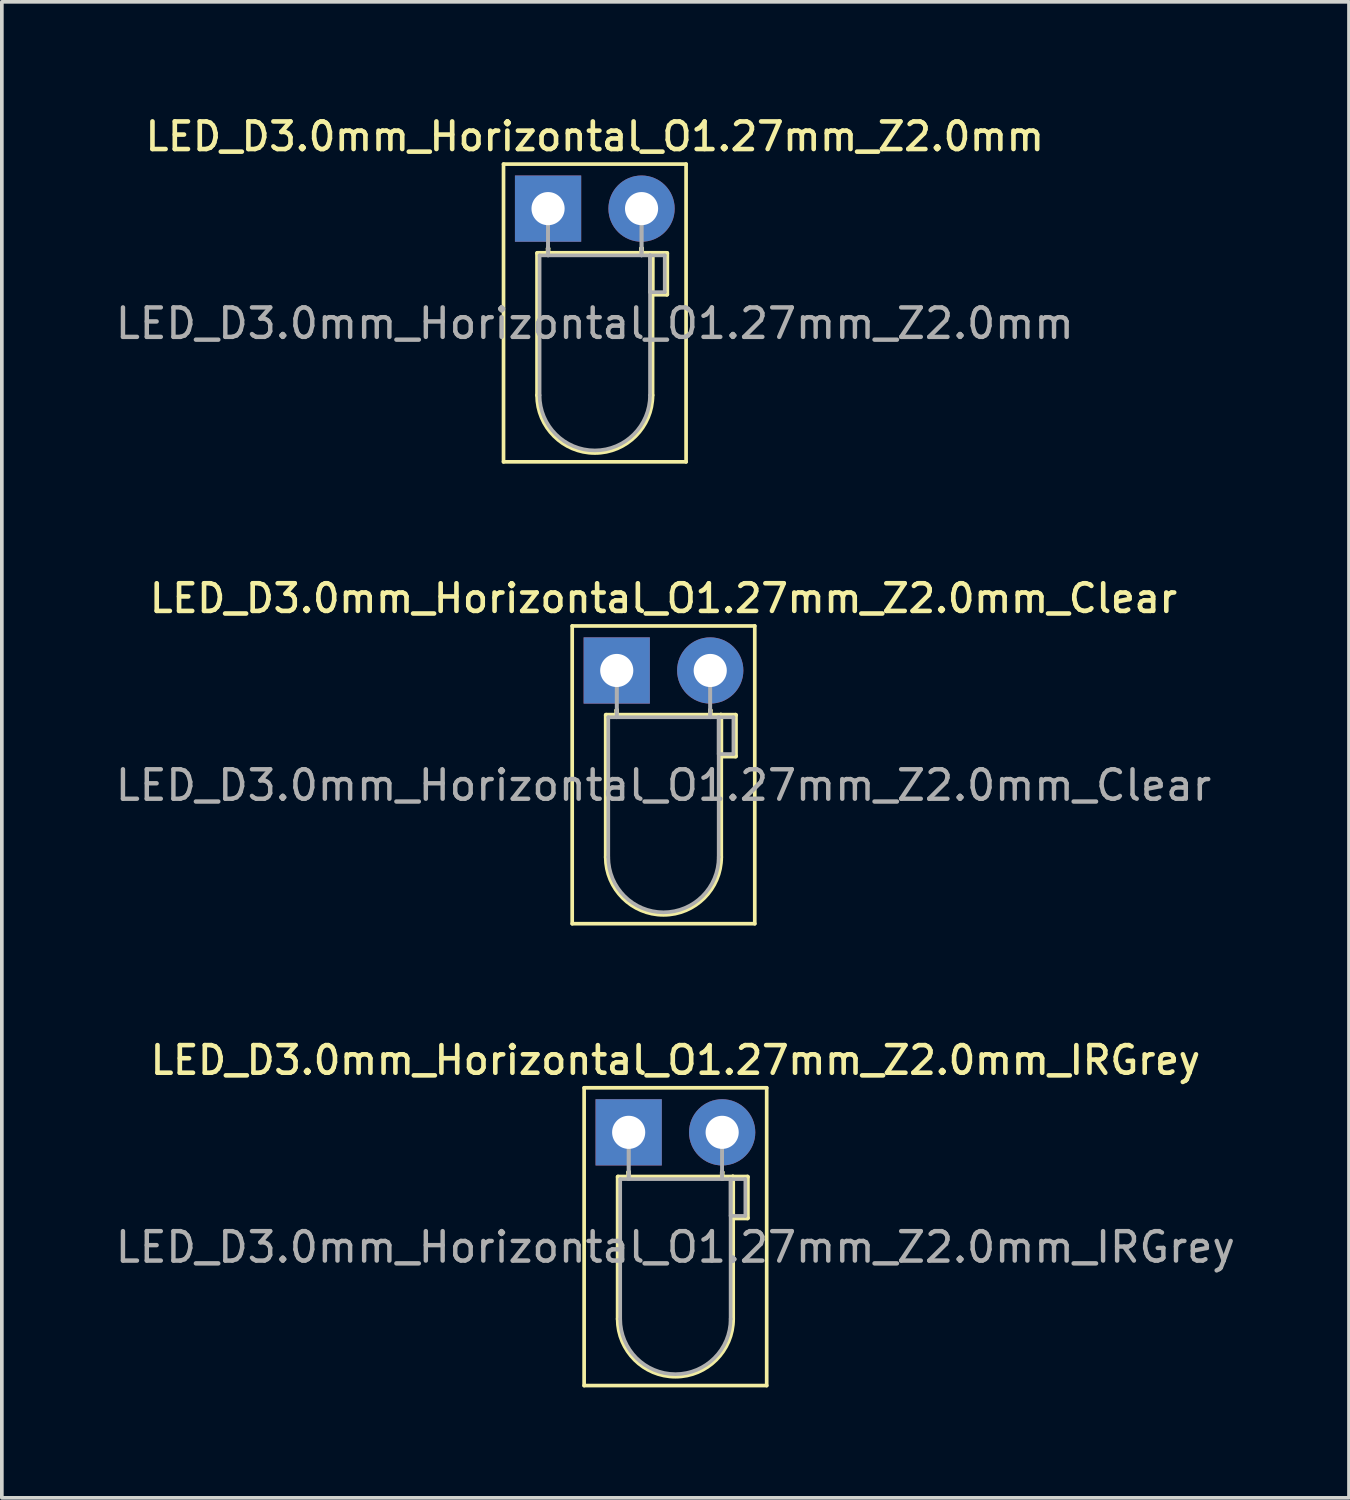
<source format=kicad_pcb>
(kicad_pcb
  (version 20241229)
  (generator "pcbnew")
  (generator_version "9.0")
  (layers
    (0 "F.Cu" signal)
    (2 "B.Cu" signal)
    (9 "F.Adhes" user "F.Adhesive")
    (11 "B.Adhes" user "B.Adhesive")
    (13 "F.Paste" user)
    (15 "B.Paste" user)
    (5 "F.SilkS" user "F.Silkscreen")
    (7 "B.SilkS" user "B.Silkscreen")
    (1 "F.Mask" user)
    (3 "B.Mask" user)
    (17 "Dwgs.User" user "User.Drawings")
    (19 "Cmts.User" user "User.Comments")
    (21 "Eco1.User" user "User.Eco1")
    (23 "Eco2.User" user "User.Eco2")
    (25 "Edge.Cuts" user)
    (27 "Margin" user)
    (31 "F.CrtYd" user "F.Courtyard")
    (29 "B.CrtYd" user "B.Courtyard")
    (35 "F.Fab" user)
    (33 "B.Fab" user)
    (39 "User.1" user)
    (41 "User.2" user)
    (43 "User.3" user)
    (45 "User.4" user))
  (footprint "LED_D3.0mm_Horizontal_O1.27mm_Z2.0mm_IRGrey"
    (layer "F.Cu")
    (at 14.03 27.714)
    (property "Reference" "LED_D3.0mm_Horizontal_O1.27mm_Z2.0mm_IRGrey" (at 1.27 -1.96 0) (layer "F.SilkS") (effects (font (size 0.75 0.75) (thickness 0.125))))
    (attr through_hole)
    (fp_line (start -1.21 -1.21) (end -1.21 6.88) (stroke (width 0.1) (type solid)) (layer "F.SilkS"))
    (fp_line (start -1.21 6.88) (end 3.75 6.88) (stroke (width 0.1) (type solid)) (layer "F.SilkS"))
    (fp_line (start -0.29 1.21) (end -0.29 5.07) (stroke (width 0.12) (type solid)) (layer "F.SilkS"))
    (fp_line (start -0.29 1.21) (end 2.83 1.21) (stroke (width 0.12) (type solid)) (layer "F.SilkS"))
    (fp_line (start 0 1.08) (end 0 1.08) (stroke (width 0.12) (type solid)) (layer "F.SilkS"))
    (fp_line (start 0 1.08) (end 0 1.21) (stroke (width 0.12) (type solid)) (layer "F.SilkS"))
    (fp_line (start 0 1.21) (end 0 1.08) (stroke (width 0.12) (type solid)) (layer "F.SilkS"))
    (fp_line (start 0 1.21) (end 0 1.21) (stroke (width 0.12) (type solid)) (layer "F.SilkS"))
    (fp_line (start 2.54 1.08) (end 2.54 1.08) (stroke (width 0.12) (type solid)) (layer "F.SilkS"))
    (fp_line (start 2.54 1.08) (end 2.54 1.21) (stroke (width 0.12) (type solid)) (layer "F.SilkS"))
    (fp_line (start 2.54 1.21) (end 2.54 1.08) (stroke (width 0.12) (type solid)) (layer "F.SilkS"))
    (fp_line (start 2.54 1.21) (end 2.54 1.21) (stroke (width 0.12) (type solid)) (layer "F.SilkS"))
    (fp_line (start 2.83 1.21) (end 2.83 5.07) (stroke (width 0.12) (type solid)) (layer "F.SilkS"))
    (fp_line (start 2.83 1.21) (end 3.23 1.21) (stroke (width 0.12) (type solid)) (layer "F.SilkS"))
    (fp_line (start 2.83 2.33) (end 2.83 1.21) (stroke (width 0.12) (type solid)) (layer "F.SilkS"))
    (fp_line (start 3.23 1.21) (end 3.23 2.33) (stroke (width 0.12) (type solid)) (layer "F.SilkS"))
    (fp_line (start 3.23 2.33) (end 2.83 2.33) (stroke (width 0.12) (type solid)) (layer "F.SilkS"))
    (fp_line (start 3.75 -1.21) (end -1.21 -1.21) (stroke (width 0.1) (type solid)) (layer "F.SilkS"))
    (fp_line (start 3.75 6.88) (end 3.75 -1.21) (stroke (width 0.1) (type solid)) (layer "F.SilkS"))
    (fp_arc (start 2.83 5.07) (mid 1.27 6.63) (end -0.29 5.07) (stroke (width 0.12) (type solid)) (layer "F.SilkS"))
    (fp_line (start -0.23 1.27) (end -0.23 5.07) (stroke (width 0.1) (type solid)) (layer "F.Fab"))
    (fp_line (start -0.23 1.27) (end 2.77 1.27) (stroke (width 0.1) (type solid)) (layer "F.Fab"))
    (fp_line (start 0 0) (end 0 0) (stroke (width 0.1) (type solid)) (layer "F.Fab"))
    (fp_line (start 0 0) (end 0 1.27) (stroke (width 0.1) (type solid)) (layer "F.Fab"))
    (fp_line (start 0 1.27) (end 0 0) (stroke (width 0.1) (type solid)) (layer "F.Fab"))
    (fp_line (start 0 1.27) (end 0 1.27) (stroke (width 0.1) (type solid)) (layer "F.Fab"))
    (fp_line (start 2.54 0) (end 2.54 0) (stroke (width 0.1) (type solid)) (layer "F.Fab"))
    (fp_line (start 2.54 0) (end 2.54 1.27) (stroke (width 0.1) (type solid)) (layer "F.Fab"))
    (fp_line (start 2.54 1.27) (end 2.54 0) (stroke (width 0.1) (type solid)) (layer "F.Fab"))
    (fp_line (start 2.54 1.27) (end 2.54 1.27) (stroke (width 0.1) (type solid)) (layer "F.Fab"))
    (fp_line (start 2.77 1.27) (end 2.77 5.07) (stroke (width 0.1) (type solid)) (layer "F.Fab"))
    (fp_line (start 2.77 1.27) (end 3.17 1.27) (stroke (width 0.1) (type solid)) (layer "F.Fab"))
    (fp_line (start 2.77 2.27) (end 2.77 1.27) (stroke (width 0.1) (type solid)) (layer "F.Fab"))
    (fp_line (start 3.17 1.27) (end 3.17 2.27) (stroke (width 0.1) (type solid)) (layer "F.Fab"))
    (fp_line (start 3.17 2.27) (end 2.77 2.27) (stroke (width 0.1) (type solid)) (layer "F.Fab"))
    (fp_arc (start 2.77 5.07) (mid 1.27 6.57) (end -0.23 5.07) (stroke (width 0.1) (type solid)) (layer "F.Fab"))
    (fp_text user "${REFERENCE}" (at 1.27 3.12 0) (layer "F.Fab") (effects (font (size 0.8 0.8) (thickness 0.12))))
    (pad "1" thru_hole rect (at 0 0) (size 1.8 1.8) (drill 0.9) (layers "*.Cu" "*.Mask"))
    (pad "2" thru_hole circle (at 2.54 0) (size 1.8 1.8) (drill 0.9) (layers "*.Cu" "*.Mask")))
  (footprint "LED_D3.0mm_Horizontal_O1.27mm_Z2.0mm"
    (layer "F.Cu")
    (at 11.84 2.618)
    (property "Reference" "LED_D3.0mm_Horizontal_O1.27mm_Z2.0mm" (at 1.27 -1.96 0) (layer "F.SilkS") (effects (font (size 0.75 0.75) (thickness 0.125))))
    (attr through_hole)
    (fp_line (start -1.21 -1.21) (end -1.21 6.88) (stroke (width 0.1) (type solid)) (layer "F.SilkS"))
    (fp_line (start -1.21 6.88) (end 3.75 6.88) (stroke (width 0.1) (type solid)) (layer "F.SilkS"))
    (fp_line (start -0.29 1.21) (end -0.29 5.07) (stroke (width 0.12) (type solid)) (layer "F.SilkS"))
    (fp_line (start -0.29 1.21) (end 2.83 1.21) (stroke (width 0.12) (type solid)) (layer "F.SilkS"))
    (fp_line (start 0 1.08) (end 0 1.08) (stroke (width 0.12) (type solid)) (layer "F.SilkS"))
    (fp_line (start 0 1.08) (end 0 1.21) (stroke (width 0.12) (type solid)) (layer "F.SilkS"))
    (fp_line (start 0 1.21) (end 0 1.08) (stroke (width 0.12) (type solid)) (layer "F.SilkS"))
    (fp_line (start 0 1.21) (end 0 1.21) (stroke (width 0.12) (type solid)) (layer "F.SilkS"))
    (fp_line (start 2.54 1.08) (end 2.54 1.08) (stroke (width 0.12) (type solid)) (layer "F.SilkS"))
    (fp_line (start 2.54 1.08) (end 2.54 1.21) (stroke (width 0.12) (type solid)) (layer "F.SilkS"))
    (fp_line (start 2.54 1.21) (end 2.54 1.08) (stroke (width 0.12) (type solid)) (layer "F.SilkS"))
    (fp_line (start 2.54 1.21) (end 2.54 1.21) (stroke (width 0.12) (type solid)) (layer "F.SilkS"))
    (fp_line (start 2.83 1.21) (end 2.83 5.07) (stroke (width 0.12) (type solid)) (layer "F.SilkS"))
    (fp_line (start 2.83 1.21) (end 3.23 1.21) (stroke (width 0.12) (type solid)) (layer "F.SilkS"))
    (fp_line (start 2.83 2.33) (end 2.83 1.21) (stroke (width 0.12) (type solid)) (layer "F.SilkS"))
    (fp_line (start 3.23 1.21) (end 3.23 2.33) (stroke (width 0.12) (type solid)) (layer "F.SilkS"))
    (fp_line (start 3.23 2.33) (end 2.83 2.33) (stroke (width 0.12) (type solid)) (layer "F.SilkS"))
    (fp_line (start 3.75 -1.21) (end -1.21 -1.21) (stroke (width 0.1) (type solid)) (layer "F.SilkS"))
    (fp_line (start 3.75 6.88) (end 3.75 -1.21) (stroke (width 0.1) (type solid)) (layer "F.SilkS"))
    (fp_arc (start 2.83 5.07) (mid 1.27 6.63) (end -0.29 5.07) (stroke (width 0.12) (type solid)) (layer "F.SilkS"))
    (fp_line (start -0.23 1.27) (end -0.23 5.07) (stroke (width 0.1) (type solid)) (layer "F.Fab"))
    (fp_line (start -0.23 1.27) (end 2.77 1.27) (stroke (width 0.1) (type solid)) (layer "F.Fab"))
    (fp_line (start 0 0) (end 0 0) (stroke (width 0.1) (type solid)) (layer "F.Fab"))
    (fp_line (start 0 0) (end 0 1.27) (stroke (width 0.1) (type solid)) (layer "F.Fab"))
    (fp_line (start 0 1.27) (end 0 0) (stroke (width 0.1) (type solid)) (layer "F.Fab"))
    (fp_line (start 0 1.27) (end 0 1.27) (stroke (width 0.1) (type solid)) (layer "F.Fab"))
    (fp_line (start 2.54 0) (end 2.54 0) (stroke (width 0.1) (type solid)) (layer "F.Fab"))
    (fp_line (start 2.54 0) (end 2.54 1.27) (stroke (width 0.1) (type solid)) (layer "F.Fab"))
    (fp_line (start 2.54 1.27) (end 2.54 0) (stroke (width 0.1) (type solid)) (layer "F.Fab"))
    (fp_line (start 2.54 1.27) (end 2.54 1.27) (stroke (width 0.1) (type solid)) (layer "F.Fab"))
    (fp_line (start 2.77 1.27) (end 2.77 5.07) (stroke (width 0.1) (type solid)) (layer "F.Fab"))
    (fp_line (start 2.77 1.27) (end 3.17 1.27) (stroke (width 0.1) (type solid)) (layer "F.Fab"))
    (fp_line (start 2.77 2.27) (end 2.77 1.27) (stroke (width 0.1) (type solid)) (layer "F.Fab"))
    (fp_line (start 3.17 1.27) (end 3.17 2.27) (stroke (width 0.1) (type solid)) (layer "F.Fab"))
    (fp_line (start 3.17 2.27) (end 2.77 2.27) (stroke (width 0.1) (type solid)) (layer "F.Fab"))
    (fp_arc (start 2.77 5.07) (mid 1.27 6.57) (end -0.23 5.07) (stroke (width 0.1) (type solid)) (layer "F.Fab"))
    (fp_text user "${REFERENCE}" (at 1.27 3.12 0) (layer "F.Fab") (effects (font (size 0.8 0.8) (thickness 0.12))))
    (pad "1" thru_hole rect (at 0 0) (size 1.8 1.8) (drill 0.9) (layers "*.Cu" "*.Mask"))
    (pad "2" thru_hole circle (at 2.54 0) (size 1.8 1.8) (drill 0.9) (layers "*.Cu" "*.Mask")))
  (footprint "LED_D3.0mm_Horizontal_O1.27mm_Z2.0mm_Clear"
    (layer "F.Cu")
    (at 13.706 15.166)
    (property "Reference" "LED_D3.0mm_Horizontal_O1.27mm_Z2.0mm_Clear" (at 1.27 -1.96 0) (layer "F.SilkS") (effects (font (size 0.75 0.75) (thickness 0.125))))
    (attr through_hole)
    (fp_line (start -1.21 -1.21) (end -1.21 6.88) (stroke (width 0.1) (type solid)) (layer "F.SilkS"))
    (fp_line (start -1.21 6.88) (end 3.75 6.88) (stroke (width 0.1) (type solid)) (layer "F.SilkS"))
    (fp_line (start -0.29 1.21) (end -0.29 5.07) (stroke (width 0.12) (type solid)) (layer "F.SilkS"))
    (fp_line (start -0.29 1.21) (end 2.83 1.21) (stroke (width 0.12) (type solid)) (layer "F.SilkS"))
    (fp_line (start 0 1.08) (end 0 1.08) (stroke (width 0.12) (type solid)) (layer "F.SilkS"))
    (fp_line (start 0 1.08) (end 0 1.21) (stroke (width 0.12) (type solid)) (layer "F.SilkS"))
    (fp_line (start 0 1.21) (end 0 1.08) (stroke (width 0.12) (type solid)) (layer "F.SilkS"))
    (fp_line (start 0 1.21) (end 0 1.21) (stroke (width 0.12) (type solid)) (layer "F.SilkS"))
    (fp_line (start 2.54 1.08) (end 2.54 1.08) (stroke (width 0.12) (type solid)) (layer "F.SilkS"))
    (fp_line (start 2.54 1.08) (end 2.54 1.21) (stroke (width 0.12) (type solid)) (layer "F.SilkS"))
    (fp_line (start 2.54 1.21) (end 2.54 1.08) (stroke (width 0.12) (type solid)) (layer "F.SilkS"))
    (fp_line (start 2.54 1.21) (end 2.54 1.21) (stroke (width 0.12) (type solid)) (layer "F.SilkS"))
    (fp_line (start 2.83 1.21) (end 2.83 5.07) (stroke (width 0.12) (type solid)) (layer "F.SilkS"))
    (fp_line (start 2.83 1.21) (end 3.23 1.21) (stroke (width 0.12) (type solid)) (layer "F.SilkS"))
    (fp_line (start 2.83 2.33) (end 2.83 1.21) (stroke (width 0.12) (type solid)) (layer "F.SilkS"))
    (fp_line (start 3.23 1.21) (end 3.23 2.33) (stroke (width 0.12) (type solid)) (layer "F.SilkS"))
    (fp_line (start 3.23 2.33) (end 2.83 2.33) (stroke (width 0.12) (type solid)) (layer "F.SilkS"))
    (fp_line (start 3.75 -1.21) (end -1.21 -1.21) (stroke (width 0.1) (type solid)) (layer "F.SilkS"))
    (fp_line (start 3.75 6.88) (end 3.75 -1.21) (stroke (width 0.1) (type solid)) (layer "F.SilkS"))
    (fp_arc (start 2.83 5.07) (mid 1.27 6.63) (end -0.29 5.07) (stroke (width 0.12) (type solid)) (layer "F.SilkS"))
    (fp_line (start -0.23 1.27) (end -0.23 5.07) (stroke (width 0.1) (type solid)) (layer "F.Fab"))
    (fp_line (start -0.23 1.27) (end 2.77 1.27) (stroke (width 0.1) (type solid)) (layer "F.Fab"))
    (fp_line (start 0 0) (end 0 0) (stroke (width 0.1) (type solid)) (layer "F.Fab"))
    (fp_line (start 0 0) (end 0 1.27) (stroke (width 0.1) (type solid)) (layer "F.Fab"))
    (fp_line (start 0 1.27) (end 0 0) (stroke (width 0.1) (type solid)) (layer "F.Fab"))
    (fp_line (start 0 1.27) (end 0 1.27) (stroke (width 0.1) (type solid)) (layer "F.Fab"))
    (fp_line (start 2.54 0) (end 2.54 0) (stroke (width 0.1) (type solid)) (layer "F.Fab"))
    (fp_line (start 2.54 0) (end 2.54 1.27) (stroke (width 0.1) (type solid)) (layer "F.Fab"))
    (fp_line (start 2.54 1.27) (end 2.54 0) (stroke (width 0.1) (type solid)) (layer "F.Fab"))
    (fp_line (start 2.54 1.27) (end 2.54 1.27) (stroke (width 0.1) (type solid)) (layer "F.Fab"))
    (fp_line (start 2.77 1.27) (end 2.77 5.07) (stroke (width 0.1) (type solid)) (layer "F.Fab"))
    (fp_line (start 2.77 1.27) (end 3.17 1.27) (stroke (width 0.1) (type solid)) (layer "F.Fab"))
    (fp_line (start 2.77 2.27) (end 2.77 1.27) (stroke (width 0.1) (type solid)) (layer "F.Fab"))
    (fp_line (start 3.17 1.27) (end 3.17 2.27) (stroke (width 0.1) (type solid)) (layer "F.Fab"))
    (fp_line (start 3.17 2.27) (end 2.77 2.27) (stroke (width 0.1) (type solid)) (layer "F.Fab"))
    (fp_arc (start 2.77 5.07) (mid 1.27 6.57) (end -0.23 5.07) (stroke (width 0.1) (type solid)) (layer "F.Fab"))
    (fp_text user "${REFERENCE}" (at 1.27 3.12 0) (layer "F.Fab") (effects (font (size 0.8 0.8) (thickness 0.12))))
    (pad "1" thru_hole rect (at 0 0) (size 1.8 1.8) (drill 0.9) (layers "*.Cu" "*.Mask"))
    (pad "2" thru_hole circle (at 2.54 0) (size 1.8 1.8) (drill 0.9) (layers "*.Cu" "*.Mask")))
  (gr_rect
    (start -3 -3)
    (end 33.6 37.644)
    (stroke (width 0.1) (type default))
    (fill no)
    (layer "Edge.Cuts")))
</source>
